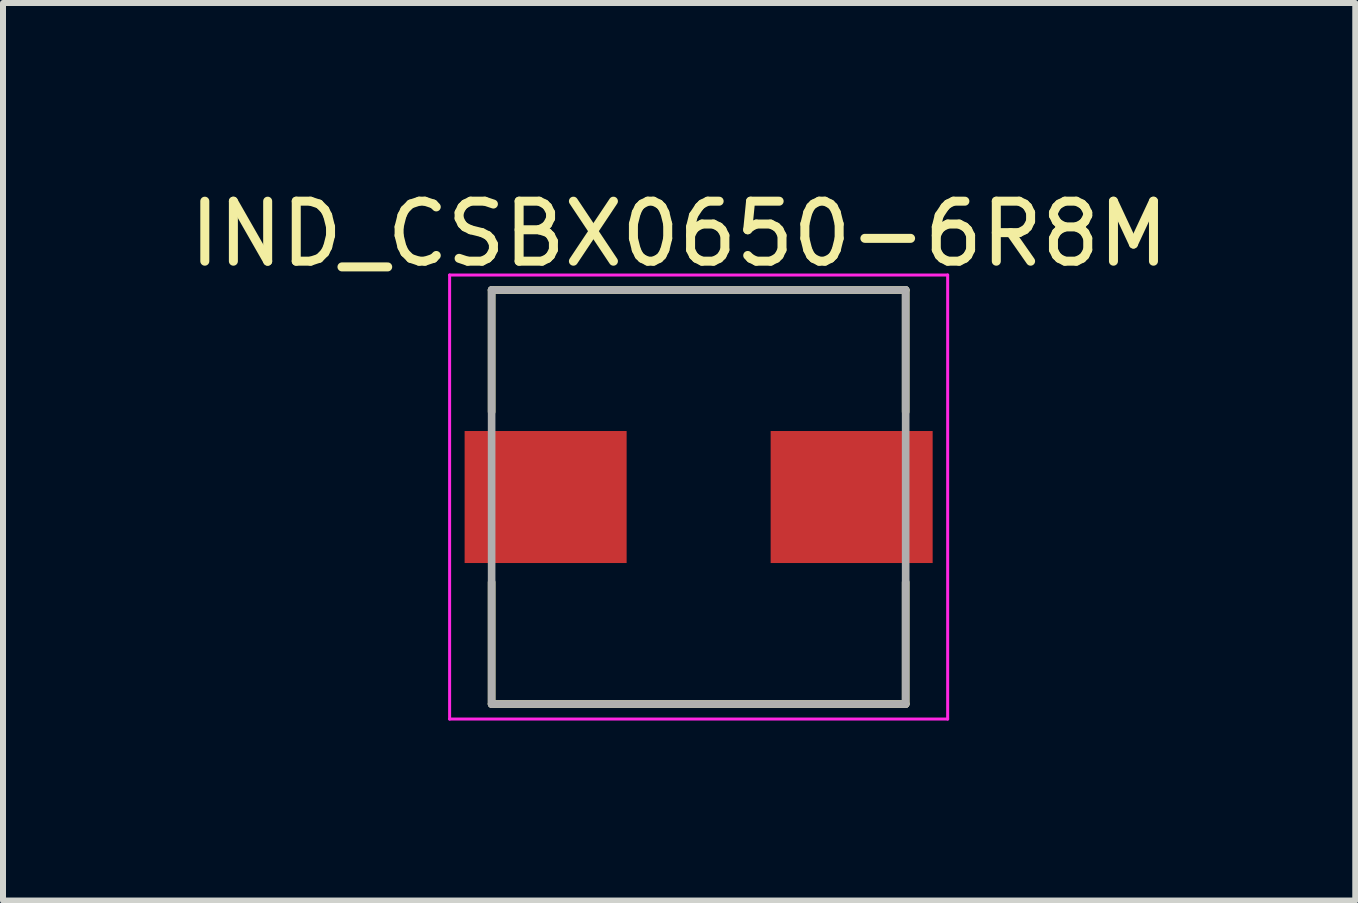
<source format=kicad_pcb>
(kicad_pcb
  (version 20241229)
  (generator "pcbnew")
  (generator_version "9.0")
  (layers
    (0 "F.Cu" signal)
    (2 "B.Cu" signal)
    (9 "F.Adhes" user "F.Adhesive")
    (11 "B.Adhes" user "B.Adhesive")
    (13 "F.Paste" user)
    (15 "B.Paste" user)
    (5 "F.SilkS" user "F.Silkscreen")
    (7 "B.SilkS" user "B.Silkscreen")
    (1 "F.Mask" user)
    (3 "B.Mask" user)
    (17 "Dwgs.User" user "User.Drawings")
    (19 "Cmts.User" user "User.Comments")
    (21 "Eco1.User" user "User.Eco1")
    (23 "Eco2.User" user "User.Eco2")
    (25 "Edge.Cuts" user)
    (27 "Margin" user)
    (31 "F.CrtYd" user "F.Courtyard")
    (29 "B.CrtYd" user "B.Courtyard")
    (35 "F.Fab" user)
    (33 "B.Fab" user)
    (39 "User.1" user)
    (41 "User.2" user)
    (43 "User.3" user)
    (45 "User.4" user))
  (footprint "IND_CSBX0650-6R8M"
    (layer "F.Cu")
    (at 8.593 5.233)
    (property "Reference" "IND_CSBX0650-6R8M" (at -0.325 -4.385 0) (layer "F.SilkS") (effects (font (size 1 1) (thickness 0.15))))
    (attr smd)
    (fp_line (start -3.45 -3.45) (end 3.45 -3.45) (stroke (width 0.127) (type solid)) (layer "F.SilkS"))
    (fp_line (start -3.45 -1.42) (end -3.45 -3.45) (stroke (width 0.127) (type solid)) (layer "F.SilkS"))
    (fp_line (start -3.45 3.45) (end -3.45 1.42) (stroke (width 0.127) (type solid)) (layer "F.SilkS"))
    (fp_line (start 3.45 -3.45) (end 3.45 -1.42) (stroke (width 0.127) (type solid)) (layer "F.SilkS"))
    (fp_line (start 3.45 1.42) (end 3.45 3.45) (stroke (width 0.127) (type solid)) (layer "F.SilkS"))
    (fp_line (start 3.45 3.45) (end -3.45 3.45) (stroke (width 0.127) (type solid)) (layer "F.SilkS"))
    (fp_line (start -4.15 -3.7) (end 4.15 -3.7) (stroke (width 0.05) (type solid)) (layer "F.CrtYd"))
    (fp_line (start -4.15 3.7) (end -4.15 -3.7) (stroke (width 0.05) (type solid)) (layer "F.CrtYd"))
    (fp_line (start 4.15 -3.7) (end 4.15 3.7) (stroke (width 0.05) (type solid)) (layer "F.CrtYd"))
    (fp_line (start 4.15 3.7) (end -4.15 3.7) (stroke (width 0.05) (type solid)) (layer "F.CrtYd"))
    (fp_line (start -3.45 -3.45) (end 3.45 -3.45) (stroke (width 0.127) (type solid)) (layer "F.Fab"))
    (fp_line (start -3.45 3.45) (end -3.45 -3.45) (stroke (width 0.127) (type solid)) (layer "F.Fab"))
    (fp_line (start 3.45 -3.45) (end 3.45 3.45) (stroke (width 0.127) (type solid)) (layer "F.Fab"))
    (fp_line (start 3.45 3.45) (end -3.45 3.45) (stroke (width 0.127) (type solid)) (layer "F.Fab"))
    (pad "1" smd rect (at -2.55 0) (size 2.7 2.2) (layers "F.Cu" "F.Mask" "F.Paste"))
    (pad "2" smd rect (at 2.55 0) (size 2.7 2.2) (layers "F.Cu" "F.Mask" "F.Paste")))
  (gr_rect
    (start -3 -3)
    (end 19.536 11.958)
    (stroke (width 0.1) (type default))
    (fill no)
    (layer "Edge.Cuts")))
</source>
